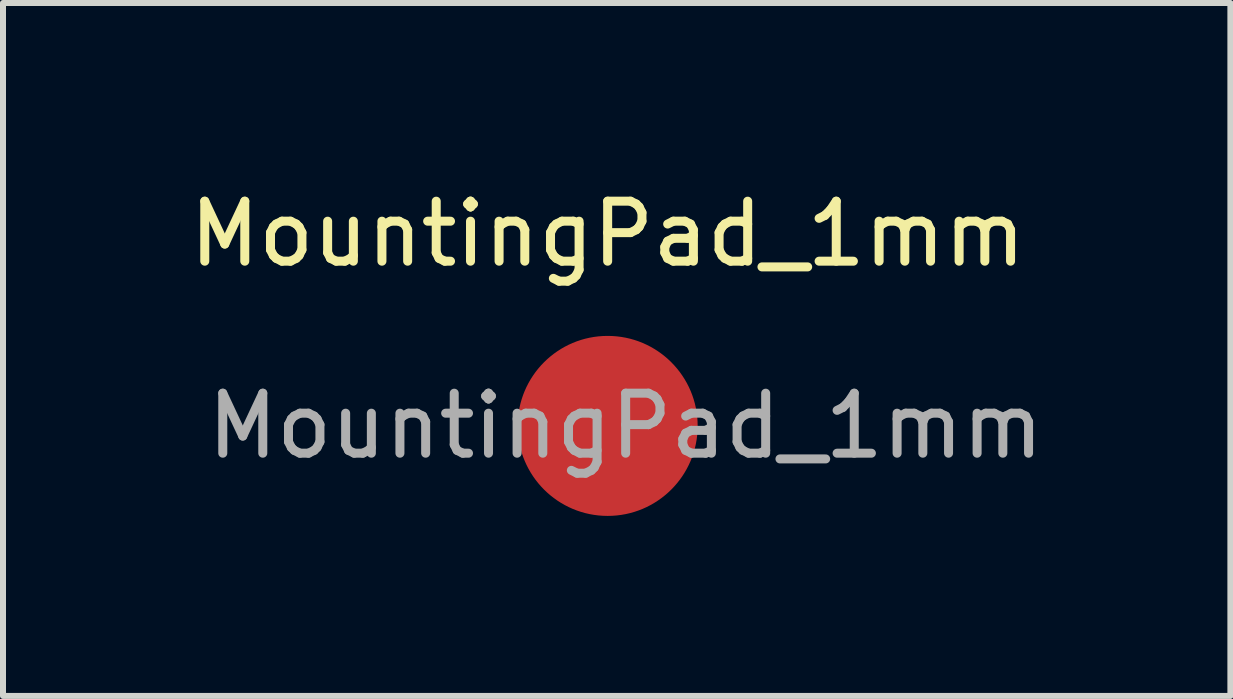
<source format=kicad_pcb>
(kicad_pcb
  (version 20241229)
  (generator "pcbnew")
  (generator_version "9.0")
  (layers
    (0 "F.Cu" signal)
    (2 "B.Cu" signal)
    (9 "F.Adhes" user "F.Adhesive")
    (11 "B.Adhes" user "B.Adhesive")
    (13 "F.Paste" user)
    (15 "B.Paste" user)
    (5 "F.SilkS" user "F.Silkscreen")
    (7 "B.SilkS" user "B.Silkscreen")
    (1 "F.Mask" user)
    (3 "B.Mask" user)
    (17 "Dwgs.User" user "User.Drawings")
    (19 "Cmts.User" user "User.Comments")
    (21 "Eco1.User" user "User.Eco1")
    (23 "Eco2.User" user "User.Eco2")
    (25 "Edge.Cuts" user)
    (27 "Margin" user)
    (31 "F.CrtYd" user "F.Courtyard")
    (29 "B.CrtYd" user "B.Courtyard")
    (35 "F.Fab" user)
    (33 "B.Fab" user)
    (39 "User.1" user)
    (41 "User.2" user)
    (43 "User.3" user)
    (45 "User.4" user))
  (footprint "MountingPad_1mm"
    (layer "F.Cu")
    (at 7.077 4.048)
    (property "Reference" "MountingPad_1mm" (at 0 -3.2 0) (layer "F.SilkS") (effects (font (size 1 1) (thickness 0.15))))
    (attr exclude_from_pos_files exclude_from_bom)
    (fp_text user "${REFERENCE}" (at 0.3 0 0) (layer "F.Fab") (effects (font (size 1 1) (thickness 0.15))))
    (pad "1" smd circle (at 0 0) (size 3 3) (layers "F.Cu" "F.Mask" "F.Paste")))
  (gr_rect
    (start -3 -3)
    (end 17.455 8.548)
    (stroke (width 0.1) (type default))
    (fill no)
    (layer "Edge.Cuts")))
</source>
